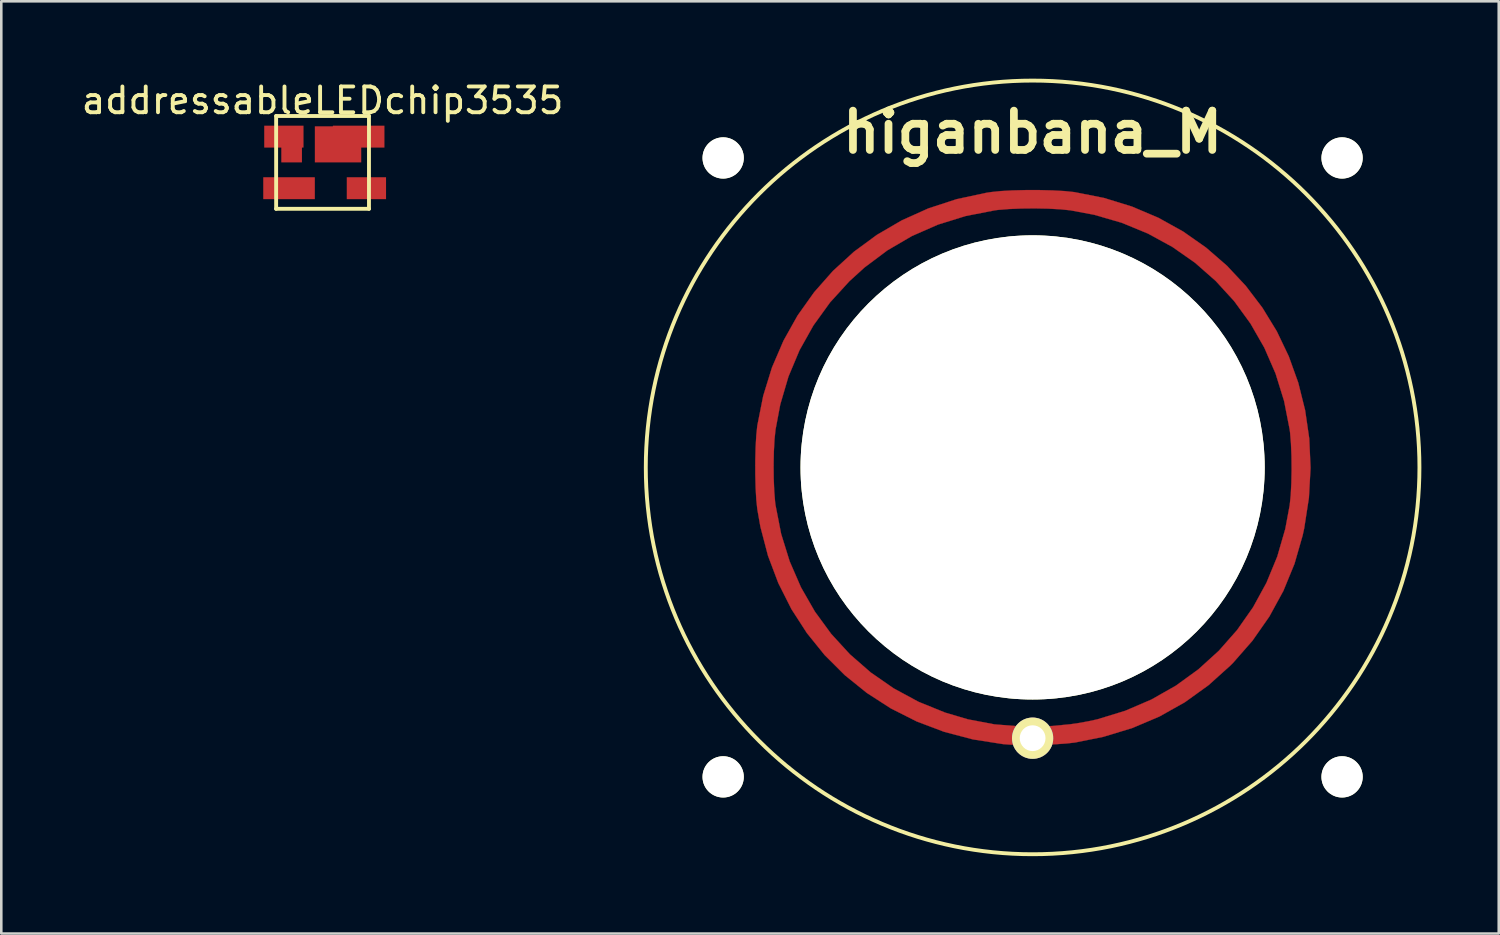
<source format=kicad_pcb>
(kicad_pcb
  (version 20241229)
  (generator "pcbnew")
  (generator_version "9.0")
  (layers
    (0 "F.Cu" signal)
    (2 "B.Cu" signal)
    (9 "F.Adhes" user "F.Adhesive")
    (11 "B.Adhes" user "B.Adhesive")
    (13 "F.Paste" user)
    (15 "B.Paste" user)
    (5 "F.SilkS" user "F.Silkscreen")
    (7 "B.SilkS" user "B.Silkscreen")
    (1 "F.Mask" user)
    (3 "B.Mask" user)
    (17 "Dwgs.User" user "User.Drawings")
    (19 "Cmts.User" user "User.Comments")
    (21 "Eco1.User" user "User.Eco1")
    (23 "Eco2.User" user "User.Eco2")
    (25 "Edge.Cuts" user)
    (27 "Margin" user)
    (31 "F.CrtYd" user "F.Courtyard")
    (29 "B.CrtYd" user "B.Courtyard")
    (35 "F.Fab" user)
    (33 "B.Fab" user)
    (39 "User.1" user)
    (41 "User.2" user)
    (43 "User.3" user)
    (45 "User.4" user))
  (footprint "addressableLEDchip3535"
    (layer "F.Cu")
    (at 9.458 3.248)
    (property "Reference" "addressableLEDchip3535" (at 0 -2.4 0) (layer "F.SilkS") (effects (font (size 1 1) (thickness 0.15))))
    (attr through_hole)
    (fp_line (start -1.8 -1.8) (end 1.8 -1.8) (stroke (width 0.15) (type solid)) (layer "F.SilkS"))
    (fp_line (start -1.8 1.8) (end -1.8 -1.8) (stroke (width 0.15) (type solid)) (layer "F.SilkS"))
    (fp_line (start 1.8 -1.8) (end 1.8 1.8) (stroke (width 0.15) (type solid)) (layer "F.SilkS"))
    (fp_line (start 1.8 1.8) (end -1.8 1.8) (stroke (width 0.15) (type solid)) (layer "F.SilkS"))
    (pad "1" smd rect (at 1.7 1 180) (size 1.524 0.85) (layers "F.Cu" "F.Mask" "F.Paste"))
    (pad "2" smd rect (at -1.3 1 180) (size 2 0.85) (layers "F.Cu" "F.Mask" "F.Paste"))
    (pad "3" smd rect (at -1.5 -1 180) (size 1.524 0.85) (layers "F.Cu" "F.Mask" "F.Paste"))
    (pad "3" smd rect (at -1.2 -0.7 180) (size 0.8 1.4) (layers "F.Cu" "F.Mask" "F.Paste"))
    (pad "4" smd rect (at 0.6 -0.7 180) (size 1.8 1.4) (layers "F.Cu" "F.Mask" "F.Paste"))
    (pad "4" smd rect (at 1.4 -1 180) (size 2 0.85) (layers "F.Cu" "F.Mask" "F.Paste")))
  (footprint "higanbana_M"
    (layer "F.Cu")
    (at 36.992 15.075)
    (property "Reference" "higanbana_M" (at 0 -13 0) (layer "F.SilkS") (effects (font (size 1.524 1.524) (thickness 0.3))))
    (attr through_hole)
    (fp_poly (pts (xy 0.783 -10.741) (xy 1.245 -10.715) (xy 1.618 -10.676) (xy 1.619 -10.676) (xy 2.767 -10.449) (xy 3.855 -10.114) (xy 4.881 -9.678) (xy 5.839 -9.146) (xy 6.725 -8.524) (xy 7.536 -7.82) (xy 8.266 -7.04) (xy 8.912 -6.19) (xy 9.47 -5.277) (xy 9.934 -4.306) (xy 10.301 -3.285) (xy 10.567 -2.219) (xy 10.728 -1.116) (xy 10.778 0.019) (xy 10.714 1.179) (xy 10.532 2.358) (xy 10.472 2.635) (xy 10.156 3.735) (xy 9.724 4.787) (xy 9.179 5.784) (xy 8.526 6.718) (xy 7.768 7.584) (xy 7.676 7.676) (xy 6.821 8.445) (xy 5.903 9.106) (xy 4.919 9.659) (xy 3.867 10.105) (xy 2.746 10.446) (xy 1.651 10.667) (xy 1.33 10.704) (xy 0.919 10.733) (xy 0.455 10.753) (xy -0.026 10.763) (xy -0.487 10.762) (xy -0.89 10.749) (xy -1.143 10.73) (xy -2.314 10.547) (xy -3.434 10.252) (xy -4.497 9.85) (xy -5.496 9.346) (xy -6.427 8.746) (xy -7.284 8.055) (xy -8.062 7.279) (xy -8.753 6.423) (xy -9.354 5.492) (xy -9.859 4.491) (xy -10.261 3.427) (xy -10.555 2.304) (xy -10.676 1.619) (xy -10.715 1.247) (xy -10.741 0.785) (xy -10.754 0.269) (xy -10.754 -0.092) (xy -10.044 -0.092) (xy -10.039 0.431) (xy -10.019 0.922) (xy -9.985 1.342) (xy -9.97 1.46) (xy -9.751 2.579) (xy -9.42 3.644) (xy -8.983 4.649) (xy -8.445 5.588) (xy -7.811 6.455) (xy -7.087 7.245) (xy -6.278 7.951) (xy -5.389 8.567) (xy -4.426 9.088) (xy -3.394 9.507) (xy -2.508 9.769) (xy -1.478 9.964) (xy -0.391 10.05) (xy 0.742 10.028) (xy 1.46 9.96) (xy 1.8 9.91) (xy 2.174 9.842) (xy 2.503 9.77) (xy 2.508 9.769) (xy 3.589 9.438) (xy 4.607 9.001) (xy 5.555 8.463) (xy 6.428 7.83) (xy 7.222 7.109) (xy 7.93 6.305) (xy 8.547 5.425) (xy 9.067 4.474) (xy 9.486 3.46) (xy 9.797 2.387) (xy 9.97 1.46) (xy 10.009 1.075) (xy 10.033 0.603) (xy 10.043 0.085) (xy 10.038 -0.439) (xy 10.018 -0.93) (xy 9.984 -1.348) (xy 9.97 -1.46) (xy 9.751 -2.577) (xy 9.421 -3.64) (xy 8.985 -4.642) (xy 8.449 -5.578) (xy 7.82 -6.443) (xy 7.101 -7.229) (xy 6.301 -7.933) (xy 5.424 -8.547) (xy 4.476 -9.066) (xy 3.462 -9.485) (xy 2.39 -9.796) (xy 1.46 -9.97) (xy 1.074 -10.009) (xy 0.603 -10.034) (xy 0.086 -10.044) (xy -0.437 -10.039) (xy -0.927 -10.019) (xy -1.343 -9.985) (xy -1.46 -9.97) (xy -2.595 -9.749) (xy -3.669 -9.416) (xy -4.681 -8.972) (xy -5.632 -8.417) (xy -6.521 -7.751) (xy -7.104 -7.221) (xy -7.855 -6.398) (xy -8.5 -5.505) (xy -9.038 -4.546) (xy -9.467 -3.524) (xy -9.785 -2.443) (xy -9.97 -1.46) (xy -10.009 -1.078) (xy -10.034 -0.609) (xy -10.044 -0.092) (xy -10.754 -0.092) (xy -10.754 -0.266) (xy -10.741 -0.783) (xy -10.715 -1.245) (xy -10.676 -1.618) (xy -10.676 -1.619) (xy -10.447 -2.774) (xy -10.107 -3.875) (xy -9.66 -4.915) (xy -9.114 -5.89) (xy -8.472 -6.793) (xy -7.742 -7.62) (xy -6.928 -8.364) (xy -6.036 -9.019) (xy -5.072 -9.581) (xy -4.042 -10.044) (xy -2.95 -10.401) (xy -1.804 -10.647) (xy -1.619 -10.676) (xy -1.247 -10.715) (xy -0.785 -10.741) (xy -0.269 -10.754) (xy 0.266 -10.754) (xy 0.783 -10.741)) (stroke (width 0.01) (type solid)) (fill yes) (layer "F.Cu"))
    (fp_circle (center 0 0) (end 0 15) (stroke (width 0.15) (type solid)) (fill no) (layer "F.SilkS"))
    (pad "" np_thru_hole circle (at -12 -12) (size 1.6 1.6) (drill 1.6) (layers "*.Cu" "*.Mask" "F.SilkS"))
    (pad "" np_thru_hole circle (at -12 12) (size 1.6 1.6) (drill 1.6) (layers "*.Cu" "*.Mask" "F.SilkS"))
    (pad "" np_thru_hole circle (at 0 0) (size 18 18) (drill 18) (layers "*.Cu" "*.Mask" "F.SilkS"))
    (pad "" np_thru_hole circle (at 12 -12) (size 1.6 1.6) (drill 1.6) (layers "*.Cu" "*.Mask" "F.SilkS"))
    (pad "" np_thru_hole circle (at 12 12) (size 1.6 1.6) (drill 1.6) (layers "*.Cu" "*.Mask" "F.SilkS"))
    (pad "1" thru_hole circle (at 0 10.5) (size 1.6 1.6) (drill oval 1) (layers "*.Cu" "*.Mask" "F.SilkS")))
  (gr_rect
    (start -3 -3)
    (end 55.067 33.15)
    (stroke (width 0.1) (type default))
    (fill no)
    (layer "Edge.Cuts")))
</source>
